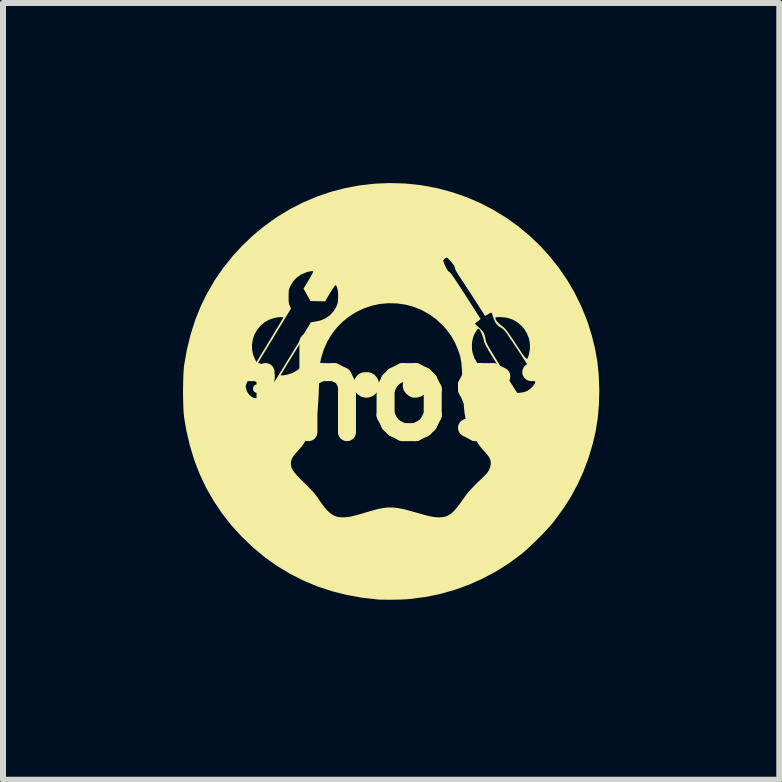
<source format=kicad_pcb>
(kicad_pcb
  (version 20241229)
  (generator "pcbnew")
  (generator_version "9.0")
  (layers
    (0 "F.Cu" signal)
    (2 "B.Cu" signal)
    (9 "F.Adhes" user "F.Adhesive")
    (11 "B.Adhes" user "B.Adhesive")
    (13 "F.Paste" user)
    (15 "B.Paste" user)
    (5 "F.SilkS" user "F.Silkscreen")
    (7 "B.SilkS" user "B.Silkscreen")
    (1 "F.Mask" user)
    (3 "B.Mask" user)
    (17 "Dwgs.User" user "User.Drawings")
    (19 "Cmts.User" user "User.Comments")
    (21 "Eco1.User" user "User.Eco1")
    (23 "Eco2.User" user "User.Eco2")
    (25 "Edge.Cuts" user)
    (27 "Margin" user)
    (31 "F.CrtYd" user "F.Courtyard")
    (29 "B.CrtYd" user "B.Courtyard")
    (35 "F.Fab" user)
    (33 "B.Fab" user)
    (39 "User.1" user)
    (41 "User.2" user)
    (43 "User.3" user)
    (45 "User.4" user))
  (footprint "ghost"
    (layer "F.Cu")
    (at 3.446 3.472)
    (property "Reference" "ghost" (at 0 0 0) (layer "F.SilkS") (effects (font (size 1.5 1.5) (thickness 0.3))))
    (attr board_only exclude_from_pos_files exclude_from_bom)
    (fp_poly (pts (xy -2.195 -0.114) (xy -2.165 -0.095) (xy -2.164 -0.094) (xy -2.145 -0.064) (xy -2.141 -0.033) (xy -2.152 -0.005) (xy -2.175 0.015) (xy -2.209 0.023) (xy -2.211 0.023) (xy -2.244 0.017) (xy -2.262 0.005) (xy -2.278 -0.022) (xy -2.281 -0.047) (xy -2.273 -0.081) (xy -2.254 -0.105) (xy -2.226 -0.116)) (stroke (width 0) (type solid)) (fill yes) (layer "F.SilkS"))
    (fp_poly (pts (xy -0.349 -0.319) (xy -0.302 -0.306) (xy -0.26 -0.279) (xy -0.24 -0.261) (xy -0.204 -0.213) (xy -0.184 -0.159) (xy -0.179 -0.102) (xy -0.188 -0.047) (xy -0.211 0.005) (xy -0.247 0.049) (xy -0.293 0.081) (xy -0.35 0.101) (xy -0.41 0.105) (xy -0.466 0.092) (xy -0.481 0.086) (xy -0.536 0.05) (xy -0.576 0.004) (xy -0.601 -0.048) (xy -0.609 -0.106) (xy -0.6 -0.167) (xy -0.582 -0.211) (xy -0.549 -0.261) (xy -0.509 -0.295) (xy -0.459 -0.314) (xy -0.408 -0.321)) (stroke (width 0) (type solid)) (fill yes) (layer "F.SilkS"))
    (fp_poly (pts (xy 0.471 -0.319) (xy 0.523 -0.303) (xy 0.569 -0.271) (xy 0.588 -0.252) (xy 0.622 -0.201) (xy 0.639 -0.146) (xy 0.642 -0.09) (xy 0.63 -0.037) (xy 0.605 0.012) (xy 0.569 0.053) (xy 0.522 0.083) (xy 0.465 0.101) (xy 0.443 0.103) (xy 0.404 0.103) (xy 0.369 0.099) (xy 0.357 0.095) (xy 0.314 0.072) (xy 0.272 0.037) (xy 0.24 -0.004) (xy 0.233 -0.016) (xy 0.218 -0.062) (xy 0.215 -0.115) (xy 0.222 -0.169) (xy 0.239 -0.217) (xy 0.246 -0.227) (xy 0.286 -0.274) (xy 0.335 -0.305) (xy 0.394 -0.32) (xy 0.408 -0.321)) (stroke (width 0) (type solid)) (fill yes) (layer "F.SilkS"))
    (fp_poly (pts (xy 0.245 -3.465) (xy 0.499 -3.439) (xy 0.558 -3.43) (xy 0.804 -3.383) (xy 1.044 -3.318) (xy 1.277 -3.237) (xy 1.503 -3.14) (xy 1.721 -3.027) (xy 1.93 -2.9) (xy 2.129 -2.758) (xy 2.318 -2.603) (xy 2.495 -2.435) (xy 2.661 -2.254) (xy 2.813 -2.063) (xy 2.953 -1.86) (xy 3.077 -1.647) (xy 3.187 -1.424) (xy 3.281 -1.193) (xy 3.3 -1.141) (xy 3.367 -0.925) (xy 3.419 -0.713) (xy 3.457 -0.5) (xy 3.48 -0.284) (xy 3.489 -0.058) (xy 3.49 -0.000001) (xy 3.483 0.229) (xy 3.464 0.447) (xy 3.43 0.661) (xy 3.381 0.873) (xy 3.317 1.087) (xy 3.299 1.141) (xy 3.22 1.348) (xy 3.129 1.547) (xy 3.025 1.741) (xy 2.905 1.931) (xy 2.769 2.12) (xy 2.718 2.186) (xy 2.679 2.232) (xy 2.629 2.288) (xy 2.571 2.35) (xy 2.507 2.416) (xy 2.44 2.483) (xy 2.373 2.548) (xy 2.308 2.609) (xy 2.25 2.661) (xy 2.2 2.704) (xy 2.192 2.71) (xy 1.986 2.863) (xy 1.77 2.999) (xy 1.546 3.119) (xy 1.315 3.222) (xy 1.078 3.308) (xy 0.834 3.376) (xy 0.585 3.426) (xy 0.331 3.459) (xy 0.281 3.463) (xy 0.229 3.466) (xy 0.165 3.469) (xy 0.093 3.47) (xy 0.02 3.471) (xy -0.052 3.471) (xy -0.118 3.47) (xy -0.173 3.469) (xy -0.201 3.467) (xy -0.466 3.437) (xy -0.723 3.391) (xy -0.971 3.327) (xy -1.211 3.248) (xy -1.442 3.151) (xy -1.664 3.039) (xy -1.878 2.909) (xy -2.083 2.764) (xy -2.278 2.602) (xy -2.465 2.423) (xy -2.473 2.415) (xy -2.645 2.226) (xy -2.8 2.027) (xy -2.939 1.82) (xy -3.062 1.604) (xy -3.168 1.379) (xy -3.239 1.197) (xy -1.649 1.197) (xy -1.647 1.229) (xy -1.642 1.259) (xy -1.63 1.289) (xy -1.612 1.321) (xy -1.585 1.356) (xy -1.549 1.398) (xy -1.502 1.448) (xy -1.442 1.508) (xy -1.426 1.524) (xy -1.369 1.58) (xy -1.323 1.627) (xy -1.286 1.666) (xy -1.256 1.702) (xy -1.228 1.736) (xy -1.202 1.772) (xy -1.177 1.809) (xy -1.124 1.886) (xy -1.076 1.947) (xy -1.031 1.996) (xy -0.988 2.033) (xy -0.944 2.062) (xy -0.897 2.083) (xy -0.89 2.086) (xy -0.85 2.094) (xy -0.797 2.098) (xy -0.737 2.096) (xy -0.675 2.089) (xy -0.626 2.08) (xy -0.586 2.069) (xy -0.534 2.055) (xy -0.478 2.04) (xy -0.424 2.024) (xy -0.33 1.996) (xy -0.249 1.973) (xy -0.176 1.955) (xy -0.111 1.943) (xy -0.049 1.935) (xy 0.011 1.933) (xy 0.072 1.936) (xy 0.137 1.944) (xy 0.209 1.958) (xy 0.289 1.977) (xy 0.38 2.002) (xy 0.486 2.032) (xy 0.538 2.047) (xy 0.644 2.075) (xy 0.737 2.093) (xy 0.816 2.099) (xy 0.883 2.095) (xy 0.924 2.085) (xy 0.961 2.071) (xy 0.995 2.053) (xy 1.028 2.03) (xy 1.062 1.999) (xy 1.098 1.959) (xy 1.139 1.909) (xy 1.185 1.845) (xy 1.23 1.782) (xy 1.265 1.733) (xy 1.302 1.686) (xy 1.344 1.638) (xy 1.392 1.587) (xy 1.448 1.53) (xy 1.516 1.465) (xy 1.543 1.44) (xy 1.594 1.389) (xy 1.631 1.345) (xy 1.656 1.304) (xy 1.672 1.263) (xy 1.68 1.217) (xy 1.681 1.209) (xy 1.681 1.173) (xy 1.675 1.141) (xy 1.66 1.108) (xy 1.636 1.071) (xy 1.601 1.028) (xy 1.566 0.99) (xy 1.53 0.949) (xy 1.498 0.909) (xy 1.467 0.864) (xy 1.433 0.81) (xy 1.402 0.756) (xy 1.373 0.704) (xy 1.345 0.654) (xy 1.322 0.61) (xy 1.304 0.575) (xy 1.295 0.556) (xy 1.282 0.521) (xy 1.27 0.484) (xy 1.259 0.443) (xy 1.251 0.397) (xy 1.243 0.343) (xy 1.236 0.28) (xy 1.23 0.206) (xy 1.224 0.119) (xy 1.218 0.018) (xy 1.213 -0.099) (xy 1.211 -0.151) (xy 1.207 -0.247) (xy 1.203 -0.327) (xy 1.199 -0.393) (xy 1.194 -0.448) (xy 1.189 -0.495) (xy 1.182 -0.535) (xy 1.174 -0.573) (xy 1.165 -0.609) (xy 1.153 -0.646) (xy 1.14 -0.682) (xy 1.103 -0.772) (xy 1.367 -0.772) (xy 1.37 -0.697) (xy 1.378 -0.646) (xy 1.408 -0.557) (xy 1.453 -0.478) (xy 1.512 -0.409) (xy 1.582 -0.351) (xy 1.661 -0.308) (xy 1.748 -0.279) (xy 1.841 -0.268) (xy 1.844 -0.267) (xy 1.87 -0.269) (xy 1.886 -0.272) (xy 1.888 -0.275) (xy 1.884 -0.285) (xy 1.87 -0.309) (xy 1.849 -0.345) (xy 1.822 -0.39) (xy 1.79 -0.444) (xy 1.754 -0.504) (xy 1.733 -0.538) (xy 1.689 -0.61) (xy 1.653 -0.669) (xy 1.626 -0.716) (xy 1.605 -0.753) (xy 1.59 -0.783) (xy 1.579 -0.807) (xy 1.571 -0.828) (xy 1.566 -0.848) (xy 1.564 -0.859) (xy 1.553 -0.899) (xy 1.539 -0.941) (xy 1.522 -0.981) (xy 1.505 -1.015) (xy 1.49 -1.038) (xy 1.481 -1.046) (xy 1.468 -1.042) (xy 1.45 -1.024) (xy 1.431 -0.995) (xy 1.411 -0.96) (xy 1.394 -0.922) (xy 1.391 -0.913) (xy 1.374 -0.847) (xy 1.367 -0.772) (xy 1.103 -0.772) (xy 1.088 -0.808) (xy 1.023 -0.923) (xy 0.943 -1.031) (xy 0.881 -1.1) (xy 0.77 -1.204) (xy 0.65 -1.29) (xy 0.522 -1.36) (xy 0.386 -1.413) (xy 0.266 -1.445) (xy 0.12 -1.466) (xy -0.025 -1.47) (xy -0.167 -1.457) (xy -0.304 -1.427) (xy -0.436 -1.382) (xy -0.561 -1.322) (xy -0.678 -1.249) (xy -0.786 -1.162) (xy -0.884 -1.063) (xy -0.969 -0.952) (xy -1.042 -0.83) (xy -1.101 -0.699) (xy -1.144 -0.558) (xy -1.147 -0.547) (xy -1.153 -0.516) (xy -1.159 -0.486) (xy -1.163 -0.453) (xy -1.167 -0.416) (xy -1.17 -0.372) (xy -1.173 -0.316) (xy -1.175 -0.248) (xy -1.178 -0.167) (xy -1.183 -0.036) (xy -1.188 0.078) (xy -1.193 0.178) (xy -1.201 0.264) (xy -1.209 0.339) (xy -1.22 0.405) (xy -1.233 0.463) (xy -1.248 0.516) (xy -1.266 0.565) (xy -1.288 0.613) (xy -1.313 0.661) (xy -1.331 0.692) (xy -1.357 0.736) (xy -1.383 0.783) (xy -1.407 0.824) (xy -1.415 0.839) (xy -1.436 0.872) (xy -1.466 0.913) (xy -1.501 0.955) (xy -1.529 0.987) (xy -1.575 1.038) (xy -1.608 1.08) (xy -1.63 1.117) (xy -1.643 1.151) (xy -1.649 1.184) (xy -1.649 1.197) (xy -3.239 1.197) (xy -3.259 1.144) (xy -3.333 0.9) (xy -3.392 0.646) (xy -3.428 0.435) (xy -3.434 0.379) (xy -3.439 0.309) (xy -3.442 0.226) (xy -3.445 0.135) (xy -3.446 0.04) (xy -3.446 -0.057) (xy -3.445 -0.084) (xy -2.401 -0.084) (xy -2.401 -0.072) (xy -2.399 -0.06) (xy -2.398 -0.055) (xy -2.378 0.006) (xy -2.345 0.056) (xy -2.299 0.093) (xy -2.281 0.102) (xy -2.241 0.113) (xy -2.193 0.114) (xy -2.144 0.106) (xy -2.108 0.092) (xy -2.099 0.088) (xy -2.092 0.084) (xy -2.084 0.078) (xy -2.076 0.071) (xy -2.066 0.06) (xy -2.054 0.044) (xy -2.039 0.023) (xy -2.021 -0.004) (xy -1.999 -0.038) (xy -1.971 -0.081) (xy -1.938 -0.134) (xy -1.899 -0.198) (xy -1.853 -0.273) (xy -1.853 -0.273) (xy -1.819 -0.273) (xy -1.815 -0.268) (xy -1.796 -0.267) (xy -1.794 -0.267) (xy -1.767 -0.269) (xy -1.732 -0.275) (xy -1.704 -0.281) (xy -1.617 -0.31) (xy -1.538 -0.355) (xy -1.468 -0.413) (xy -1.411 -0.482) (xy -1.379 -0.539) (xy -1.347 -0.622) (xy -1.331 -0.704) (xy -1.33 -0.79) (xy -1.335 -0.828) (xy -1.343 -0.869) (xy -1.354 -0.909) (xy -1.366 -0.943) (xy -1.377 -0.966) (xy -1.383 -0.972) (xy -1.389 -0.965) (xy -1.404 -0.944) (xy -1.426 -0.91) (xy -1.455 -0.865) (xy -1.49 -0.811) (xy -1.529 -0.748) (xy -1.571 -0.68) (xy -1.594 -0.642) (xy -1.638 -0.57) (xy -1.68 -0.502) (xy -1.718 -0.441) (xy -1.75 -0.387) (xy -1.777 -0.343) (xy -1.797 -0.31) (xy -1.809 -0.291) (xy -1.812 -0.287) (xy -1.819 -0.273) (xy -1.853 -0.273) (xy -1.799 -0.36) (xy -1.737 -0.462) (xy -1.666 -0.578) (xy -1.659 -0.589) (xy -1.602 -0.682) (xy -1.548 -0.77) (xy -1.498 -0.853) (xy -1.452 -0.928) (xy -1.411 -0.994) (xy -1.377 -1.05) (xy -1.349 -1.096) (xy -1.329 -1.129) (xy -1.317 -1.148) (xy -1.314 -1.152) (xy -1.304 -1.154) (xy -1.281 -1.158) (xy -1.248 -1.163) (xy -1.238 -1.164) (xy -1.149 -1.184) (xy -1.069 -1.22) (xy -0.998 -1.27) (xy -0.939 -1.334) (xy -0.896 -1.404) (xy -0.882 -1.437) (xy -0.872 -1.465) (xy -0.866 -1.495) (xy -0.863 -1.534) (xy -0.862 -1.563) (xy -0.862 -1.623) (xy -0.867 -1.677) (xy -0.877 -1.723) (xy -0.89 -1.756) (xy -0.901 -1.771) (xy -0.909 -1.767) (xy -0.925 -1.75) (xy -0.947 -1.717) (xy -0.978 -1.668) (xy -0.996 -1.64) (xy -1.08 -1.5) (xy -1.201 -1.503) (xy -1.322 -1.505) (xy -1.346 -1.547) (xy -1.363 -1.578) (xy -1.385 -1.616) (xy -1.404 -1.651) (xy -1.438 -1.713) (xy -1.355 -1.851) (xy -1.328 -1.897) (xy -1.306 -1.937) (xy -1.289 -1.969) (xy -1.279 -1.99) (xy -1.277 -1.998) (xy -1.292 -2.005) (xy -1.323 -2.002) (xy -1.37 -1.991) (xy -1.399 -1.982) (xy -1.484 -1.945) (xy -1.555 -1.894) (xy -1.613 -1.831) (xy -1.658 -1.755) (xy -1.67 -1.727) (xy -1.679 -1.704) (xy -1.684 -1.68) (xy -1.686 -1.651) (xy -1.687 -1.611) (xy -1.687 -1.58) (xy -1.687 -1.529) (xy -1.685 -1.492) (xy -1.681 -1.464) (xy -1.674 -1.441) (xy -1.667 -1.424) (xy -1.647 -1.381) (xy -1.942 -0.896) (xy -2.02 -0.767) (xy -2.089 -0.654) (xy -2.149 -0.554) (xy -2.201 -0.468) (xy -2.246 -0.393) (xy -2.283 -0.329) (xy -2.315 -0.274) (xy -2.34 -0.229) (xy -2.36 -0.191) (xy -2.375 -0.16) (xy -2.387 -0.135) (xy -2.394 -0.115) (xy -2.399 -0.098) (xy -2.401 -0.084) (xy -3.445 -0.084) (xy -3.444 -0.152) (xy -3.442 -0.242) (xy -3.438 -0.322) (xy -3.433 -0.391) (xy -3.428 -0.435) (xy -3.382 -0.696) (xy -3.362 -0.777) (xy -2.298 -0.777) (xy -2.294 -0.687) (xy -2.286 -0.643) (xy -2.277 -0.613) (xy -2.265 -0.58) (xy -2.252 -0.547) (xy -2.239 -0.518) (xy -2.228 -0.499) (xy -2.221 -0.492) (xy -2.221 -0.492) (xy -2.215 -0.501) (xy -2.201 -0.523) (xy -2.179 -0.559) (xy -2.151 -0.606) (xy -2.117 -0.662) (xy -2.077 -0.726) (xy -2.035 -0.797) (xy -1.997 -0.859) (xy -1.952 -0.934) (xy -1.909 -1.003) (xy -1.871 -1.067) (xy -1.838 -1.122) (xy -1.811 -1.168) (xy -1.791 -1.202) (xy -1.779 -1.224) (xy -1.776 -1.23) (xy -1.785 -1.236) (xy -1.807 -1.238) (xy -1.84 -1.237) (xy -1.878 -1.233) (xy -1.918 -1.226) (xy -1.925 -1.224) (xy -2.012 -1.195) (xy -2.09 -1.15) (xy -2.157 -1.093) (xy -2.213 -1.025) (xy -2.256 -0.948) (xy -2.284 -0.865) (xy -2.298 -0.777) (xy -3.362 -0.777) (xy -3.32 -0.948) (xy -3.243 -1.19) (xy -3.15 -1.422) (xy -3.04 -1.645) (xy -2.915 -1.858) (xy -2.773 -2.064) (xy -2.68 -2.178) (xy 0.888 -2.178) (xy 0.892 -2.165) (xy 0.902 -2.139) (xy 0.916 -2.105) (xy 0.925 -2.086) (xy 0.947 -2.042) (xy 0.965 -2.013) (xy 0.981 -1.997) (xy 0.987 -1.994) (xy 0.994 -1.989) (xy 1.004 -1.98) (xy 1.016 -1.967) (xy 1.031 -1.946) (xy 1.051 -1.919) (xy 1.076 -1.883) (xy 1.107 -1.837) (xy 1.143 -1.781) (xy 1.188 -1.713) (xy 1.24 -1.633) (xy 1.3 -1.538) (xy 1.354 -1.454) (xy 1.513 -1.206) (xy 1.488 -1.187) (xy 1.462 -1.167) (xy 1.44 -1.148) (xy 1.416 -1.127) (xy 1.449 -1.097) (xy 1.494 -1.056) (xy 1.527 -1.024) (xy 1.551 -0.996) (xy 1.567 -0.97) (xy 1.578 -0.941) (xy 1.587 -0.906) (xy 1.594 -0.869) (xy 1.597 -0.853) (xy 1.601 -0.837) (xy 1.607 -0.819) (xy 1.616 -0.799) (xy 1.629 -0.774) (xy 1.646 -0.742) (xy 1.669 -0.703) (xy 1.699 -0.654) (xy 1.735 -0.594) (xy 1.78 -0.521) (xy 1.828 -0.444) (xy 1.875 -0.368) (xy 1.921 -0.294) (xy 1.963 -0.226) (xy 2.002 -0.164) (xy 2.035 -0.112) (xy 2.061 -0.07) (xy 2.08 -0.041) (xy 2.087 -0.029) (xy 2.124 0.026) (xy 2.182 0.021) (xy 2.237 0.011) (xy 2.286 -0.007) (xy 2.335 -0.04) (xy 2.381 -0.084) (xy 2.419 -0.134) (xy 2.432 -0.158) (xy 2.452 -0.199) (xy 2.369 -0.328) (xy 2.344 -0.368) (xy 2.31 -0.42) (xy 2.27 -0.481) (xy 2.225 -0.55) (xy 2.178 -0.622) (xy 2.13 -0.695) (xy 2.098 -0.743) (xy 2.048 -0.819) (xy 2.006 -0.881) (xy 1.972 -0.931) (xy 1.945 -0.969) (xy 1.923 -0.998) (xy 1.906 -1.02) (xy 1.892 -1.034) (xy 1.879 -1.044) (xy 1.871 -1.05) (xy 1.82 -1.082) (xy 1.782 -1.117) (xy 1.752 -1.161) (xy 1.728 -1.216) (xy 1.726 -1.221) (xy 1.758 -1.221) (xy 1.766 -1.194) (xy 1.79 -1.16) (xy 1.829 -1.122) (xy 1.867 -1.091) (xy 1.886 -1.076) (xy 1.903 -1.062) (xy 1.919 -1.045) (xy 1.937 -1.025) (xy 1.957 -0.999) (xy 1.981 -0.966) (xy 2.011 -0.923) (xy 2.048 -0.868) (xy 2.093 -0.801) (xy 2.104 -0.783) (xy 2.152 -0.71) (xy 2.191 -0.652) (xy 2.222 -0.608) (xy 2.246 -0.575) (xy 2.264 -0.555) (xy 2.277 -0.545) (xy 2.287 -0.544) (xy 2.295 -0.552) (xy 2.302 -0.567) (xy 2.309 -0.59) (xy 2.315 -0.607) (xy 2.333 -0.699) (xy 2.334 -0.791) (xy 2.318 -0.881) (xy 2.284 -0.967) (xy 2.235 -1.046) (xy 2.189 -1.098) (xy 2.116 -1.158) (xy 2.037 -1.201) (xy 1.951 -1.228) (xy 1.855 -1.238) (xy 1.835 -1.239) (xy 1.797 -1.238) (xy 1.774 -1.236) (xy 1.762 -1.232) (xy 1.758 -1.225) (xy 1.758 -1.221) (xy 1.726 -1.221) (xy 1.716 -1.255) (xy 1.706 -1.285) (xy 1.696 -1.306) (xy 1.689 -1.313) (xy 1.677 -1.309) (xy 1.654 -1.297) (xy 1.634 -1.284) (xy 1.609 -1.269) (xy 1.592 -1.26) (xy 1.586 -1.259) (xy 1.58 -1.267) (xy 1.566 -1.289) (xy 1.545 -1.323) (xy 1.517 -1.366) (xy 1.484 -1.417) (xy 1.449 -1.472) (xy 1.406 -1.539) (xy 1.36 -1.611) (xy 1.313 -1.682) (xy 1.269 -1.75) (xy 1.231 -1.808) (xy 1.215 -1.832) (xy 1.174 -1.894) (xy 1.142 -1.942) (xy 1.119 -1.98) (xy 1.103 -2.008) (xy 1.092 -2.029) (xy 1.087 -2.046) (xy 1.085 -2.06) (xy 1.084 -2.065) (xy 1.079 -2.081) (xy 1.063 -2.105) (xy 1.041 -2.135) (xy 1.016 -2.166) (xy 0.99 -2.194) (xy 0.968 -2.217) (xy 0.952 -2.229) (xy 0.948 -2.23) (xy 0.932 -2.224) (xy 0.912 -2.209) (xy 0.895 -2.192) (xy 0.888 -2.178) (xy -2.68 -2.178) (xy -2.614 -2.26) (xy -2.466 -2.422) (xy -2.282 -2.598) (xy -2.087 -2.759) (xy -1.883 -2.904) (xy -1.67 -3.034) (xy -1.45 -3.147) (xy -1.222 -3.244) (xy -0.988 -3.324) (xy -0.749 -3.387) (xy -0.505 -3.433) (xy -0.258 -3.461) (xy -0.007 -3.472)) (stroke (width 0) (type solid)) (fill yes) (layer "F.SilkS")))
  (gr_rect
    (start -3 -3)
    (end 9.935 9.943)
    (stroke (width 0.1) (type default))
    (fill no)
    (layer "Edge.Cuts")))
</source>
